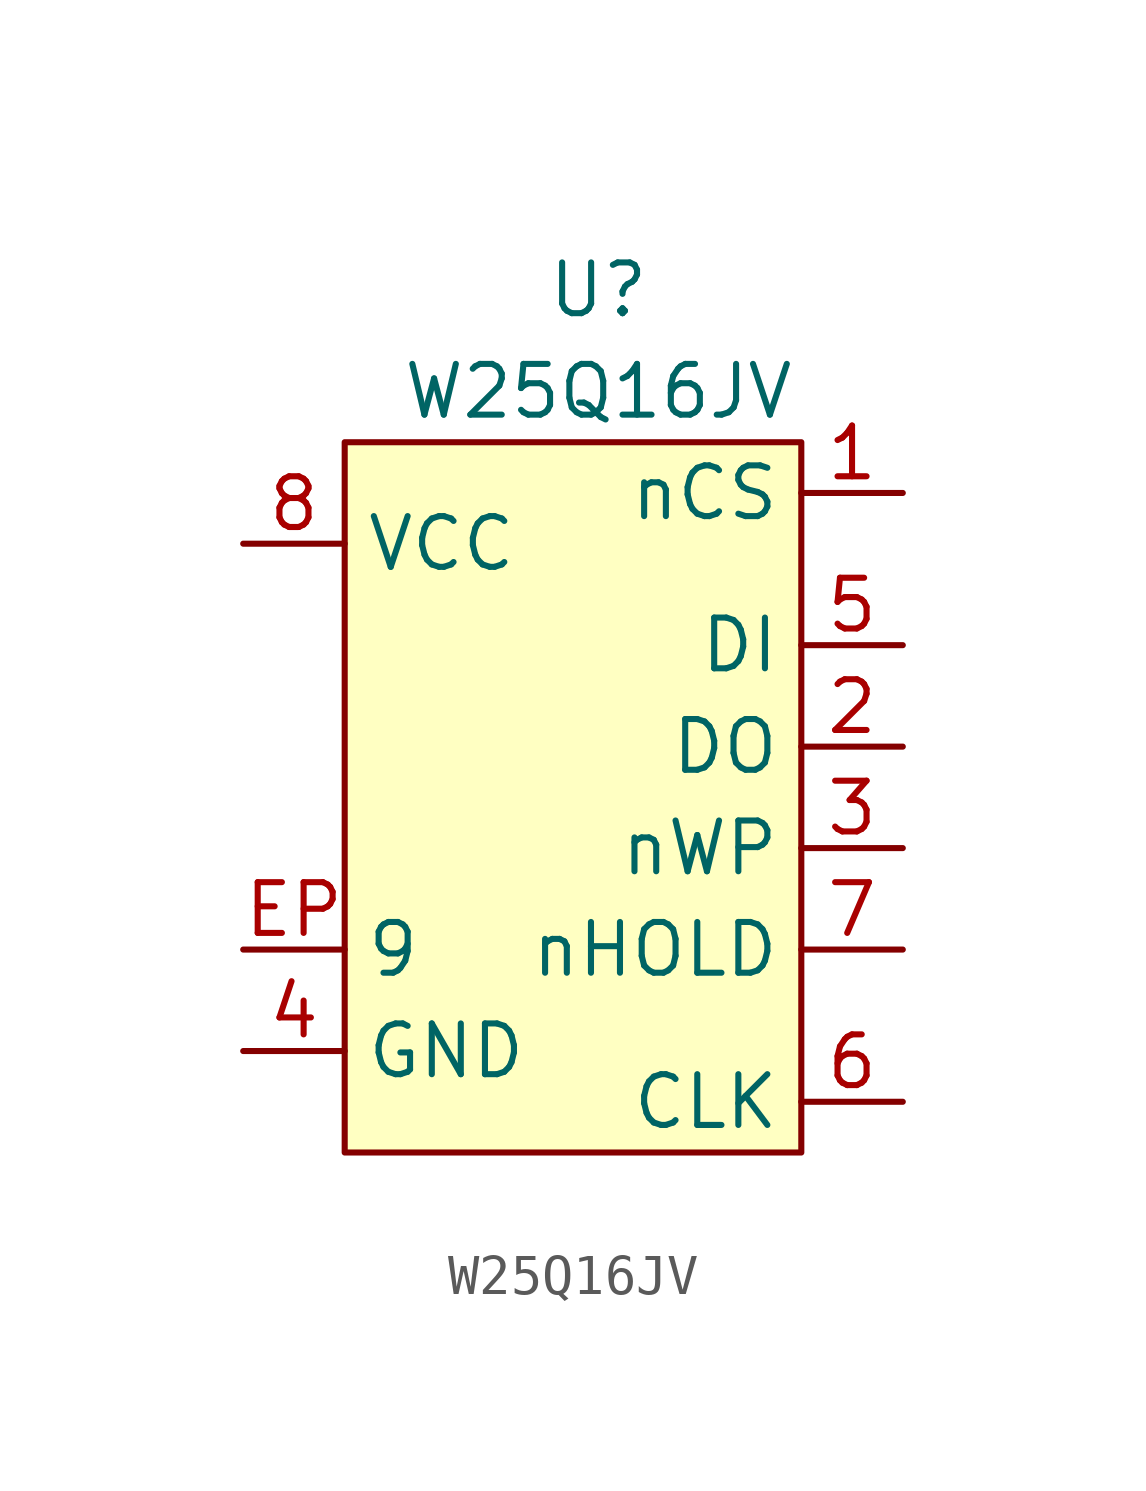
<source format=kicad_sym>
(kicad_symbol_lib
  (version 20220914)
  (generator kicad_symbol_editor)
  (symbol "W25Q16JV"
    (property "Reference" "U"
      (at 0 11.43 0)
      (effects (font (size 1.27 1.27))))
    (property "Value" "W25Q16JV"
      (at 0 8.89 0)
      (effects (font (size 1.27 1.27))))
    (symbol "W25Q16JV_0_1"
      (rectangle (start -6.35 7.62) (end 5.08 -10.16) (stroke (width 0) (type default)) (fill (type background))))
    (symbol "W25Q16JV_1_1"
      (pin input line (at 7.62 6.35 180) (length 2.54) (name "nCS" (effects (font (size 1.27 1.27)))) (number "1" (effects (font (size 1.27 1.27)))))
      (pin output line (at 7.62 0 180) (length 2.54) (name "DO" (effects (font (size 1.27 1.27)))) (number "2" (effects (font (size 1.27 1.27)))))
      (pin input line (at 7.62 -2.54 180) (length 2.54) (name "nWP" (effects (font (size 1.27 1.27)))) (number "3" (effects (font (size 1.27 1.27)))))
      (pin power_in line (at -8.89 -7.62 0) (length 2.54) (name "GND" (effects (font (size 1.27 1.27)))) (number "4" (effects (font (size 1.27 1.27)))))
      (pin input line (at 7.62 2.54 180) (length 2.54) (name "DI" (effects (font (size 1.27 1.27)))) (number "5" (effects (font (size 1.27 1.27)))))
      (pin input line (at 7.62 -8.89 180) (length 2.54) (name "CLK" (effects (font (size 1.27 1.27)))) (number "6" (effects (font (size 1.27 1.27)))))
      (pin input line (at 7.62 -5.08 180) (length 2.54) (name "nHOLD" (effects (font (size 1.27 1.27)))) (number "7" (effects (font (size 1.27 1.27)))))
      (pin power_in line (at -8.89 5.08 0) (length 2.54) (name "VCC" (effects (font (size 1.27 1.27)))) (number "8" (effects (font (size 1.27 1.27)))))
      (pin power_in line (at -8.89 -5.08 0) (length 2.54) (name "9" (effects (font (size 1.27 1.27)))) (number "EP" (effects (font (size 1.27 1.27))))))))
</source>
